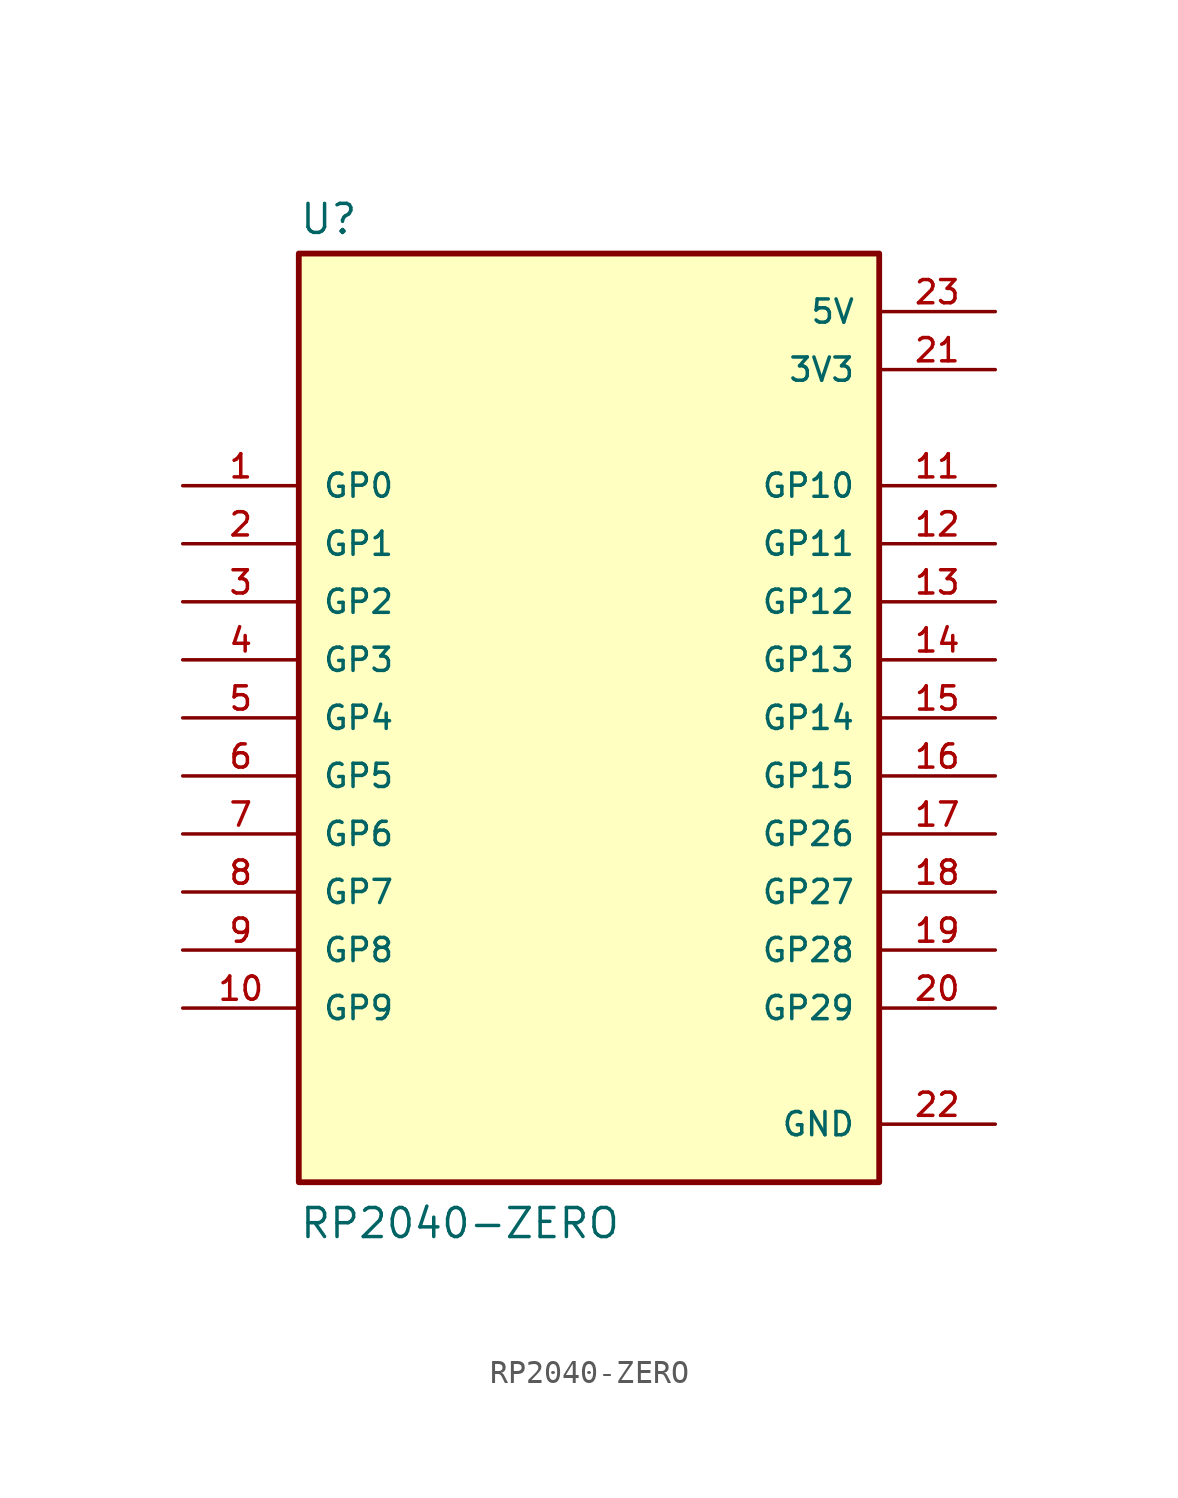
<source format=kicad_sym>
(kicad_symbol_lib
  (version 20211014)
  (generator kicad_symbol_editor)
  (symbol "RP2040-ZERO"
    (pin_names
      (offset 1.016))
    (property "Reference" "U"
      (at -12.7 21.082 0)
      (effects (font (size 1.27 1.27)) (justify bottom left)))
    (property "Value" "RP2040-ZERO"
      (at -12.7 -22.86 0)
      (effects (font (size 1.27 1.27)) (justify bottom left)))
    (symbol "RP2040-ZERO_0_0"
      (rectangle (start -12.7 -20.32) (end 12.7 20.32) (stroke (width 0.254)) (fill (type background)))
      (pin bidirectional line (at 17.78 -12.7 180.0) (length 5.08) (name "GP29" (effects (font (size 1.016 1.016)))) (number "20" (effects (font (size 1.016 1.016)))))
      (pin bidirectional line (at 17.78 -10.16 180.0) (length 5.08) (name "GP28" (effects (font (size 1.016 1.016)))) (number "19" (effects (font (size 1.016 1.016)))))
      (pin bidirectional line (at 17.78 -7.62 180.0) (length 5.08) (name "GP27" (effects (font (size 1.016 1.016)))) (number "18" (effects (font (size 1.016 1.016)))))
      (pin bidirectional line (at 17.78 -5.08 180.0) (length 5.08) (name "GP26" (effects (font (size 1.016 1.016)))) (number "17" (effects (font (size 1.016 1.016)))))
      (pin bidirectional line (at 17.78 -2.54 180.0) (length 5.08) (name "GP15" (effects (font (size 1.016 1.016)))) (number "16" (effects (font (size 1.016 1.016)))))
      (pin bidirectional line (at 17.78 0.0 180.0) (length 5.08) (name "GP14" (effects (font (size 1.016 1.016)))) (number "15" (effects (font (size 1.016 1.016)))))
      (pin bidirectional line (at 17.78 2.54 180.0) (length 5.08) (name "GP13" (effects (font (size 1.016 1.016)))) (number "14" (effects (font (size 1.016 1.016)))))
      (pin bidirectional line (at -17.78 -7.62 0) (length 5.08) (name "GP7" (effects (font (size 1.016 1.016)))) (number "8" (effects (font (size 1.016 1.016)))))
      (pin bidirectional line (at -17.78 -5.08 0) (length 5.08) (name "GP6" (effects (font (size 1.016 1.016)))) (number "7" (effects (font (size 1.016 1.016)))))
      (pin bidirectional line (at -17.78 -2.54 0) (length 5.08) (name "GP5" (effects (font (size 1.016 1.016)))) (number "6" (effects (font (size 1.016 1.016)))))
      (pin bidirectional line (at -17.78 0.0 0) (length 5.08) (name "GP4" (effects (font (size 1.016 1.016)))) (number "5" (effects (font (size 1.016 1.016)))))
      (pin power_in line (at 17.78 15.24 180.0) (length 5.08) (name "3V3" (effects (font (size 1.016 1.016)))) (number "21" (effects (font (size 1.016 1.016)))))
      (pin power_in line (at 17.78 -17.78 180.0) (length 5.08) (name "GND" (effects (font (size 1.016 1.016)))) (number "22" (effects (font (size 1.016 1.016)))))
      (pin power_in line (at 17.78 17.78 180.0) (length 5.08) (name "5V" (effects (font (size 1.016 1.016)))) (number "23" (effects (font (size 1.016 1.016)))))
      (pin bidirectional line (at 17.78 5.08 180.0) (length 5.08) (name "GP12" (effects (font (size 1.016 1.016)))) (number "13" (effects (font (size 1.016 1.016)))))
      (pin bidirectional line (at 17.78 7.62 180.0) (length 5.08) (name "GP11" (effects (font (size 1.016 1.016)))) (number "12" (effects (font (size 1.016 1.016)))))
      (pin bidirectional line (at 17.78 10.16 180.0) (length 5.08) (name "GP10" (effects (font (size 1.016 1.016)))) (number "11" (effects (font (size 1.016 1.016)))))
      (pin bidirectional line (at -17.78 -12.7 0) (length 5.08) (name "GP9" (effects (font (size 1.016 1.016)))) (number "10" (effects (font (size 1.016 1.016)))))
      (pin bidirectional line (at -17.78 -10.16 0) (length 5.08) (name "GP8" (effects (font (size 1.016 1.016)))) (number "9" (effects (font (size 1.016 1.016)))))
      (pin bidirectional line (at -17.78 2.54 0) (length 5.08) (name "GP3" (effects (font (size 1.016 1.016)))) (number "4" (effects (font (size 1.016 1.016)))))
      (pin bidirectional line (at -17.78 5.08 0) (length 5.08) (name "GP2" (effects (font (size 1.016 1.016)))) (number "3" (effects (font (size 1.016 1.016)))))
      (pin bidirectional line (at -17.78 7.62 0) (length 5.08) (name "GP1" (effects (font (size 1.016 1.016)))) (number "2" (effects (font (size 1.016 1.016)))))
      (pin bidirectional line (at -17.78 10.16 0) (length 5.08) (name "GP0" (effects (font (size 1.016 1.016)))) (number "1" (effects (font (size 1.016 1.016))))))))
</source>
